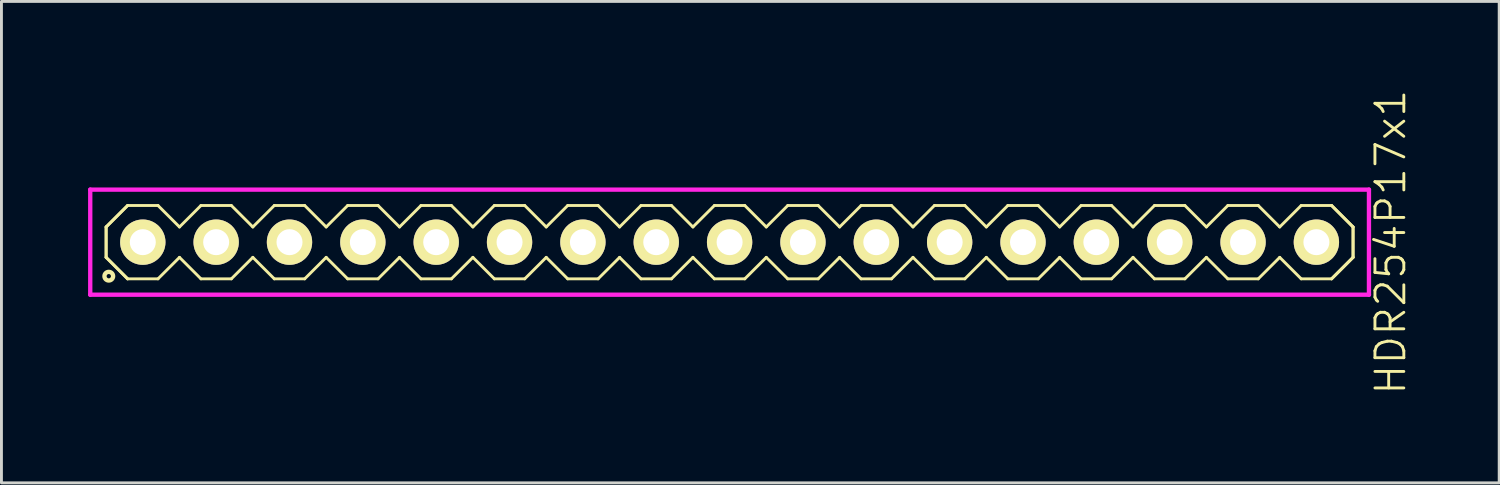
<source format=kicad_pcb>
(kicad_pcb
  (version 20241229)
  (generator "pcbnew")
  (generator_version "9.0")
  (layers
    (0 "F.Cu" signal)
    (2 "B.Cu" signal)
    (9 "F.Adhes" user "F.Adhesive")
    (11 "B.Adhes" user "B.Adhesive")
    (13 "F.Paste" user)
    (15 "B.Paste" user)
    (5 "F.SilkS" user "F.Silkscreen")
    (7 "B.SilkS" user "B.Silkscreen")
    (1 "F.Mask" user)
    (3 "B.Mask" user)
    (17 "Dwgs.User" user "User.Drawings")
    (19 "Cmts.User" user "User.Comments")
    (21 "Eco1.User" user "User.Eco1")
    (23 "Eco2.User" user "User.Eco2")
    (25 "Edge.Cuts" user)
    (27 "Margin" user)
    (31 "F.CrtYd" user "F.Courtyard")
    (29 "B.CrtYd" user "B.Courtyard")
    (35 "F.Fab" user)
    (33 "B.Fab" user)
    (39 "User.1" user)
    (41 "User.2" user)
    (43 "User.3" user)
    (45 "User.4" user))
  (footprint "HDR254P17x1"
    (layer "F.Cu")
    (at 22.215 5.336)
    (property "Reference" "HDR254P17x1" (at 22.89 0 90) (layer "F.SilkS") (effects (font (size 1 1) (thickness 0.1))))
    (attr through_hole)
    (fp_line (start -21.59 -0.526) (end -20.846 -1.27) (stroke (width 0.1) (type solid)) (layer "F.SilkS"))
    (fp_line (start -21.59 -0.526) (end -20.846 -1.27) (stroke (width 0.1) (type solid)) (layer "F.SilkS"))
    (fp_line (start -21.59 0.526) (end -21.59 -0.526) (stroke (width 0.1) (type solid)) (layer "F.SilkS"))
    (fp_line (start -21.59 0.526) (end -21.59 -0.526) (stroke (width 0.1) (type solid)) (layer "F.SilkS"))
    (fp_line (start -20.846 -1.27) (end -19.794 -1.27) (stroke (width 0.1) (type solid)) (layer "F.SilkS"))
    (fp_line (start -20.846 1.27) (end -21.59 0.526) (stroke (width 0.1) (type solid)) (layer "F.SilkS"))
    (fp_line (start -20.846 1.27) (end -21.59 0.526) (stroke (width 0.1) (type solid)) (layer "F.SilkS"))
    (fp_line (start -19.794 -1.27) (end -19.05 -0.526) (stroke (width 0.1) (type solid)) (layer "F.SilkS"))
    (fp_line (start -19.794 1.27) (end -20.846 1.27) (stroke (width 0.1) (type solid)) (layer "F.SilkS"))
    (fp_line (start -19.05 -0.526) (end -18.306 -1.27) (stroke (width 0.1) (type solid)) (layer "F.SilkS"))
    (fp_line (start -19.05 0.526) (end -19.794 1.27) (stroke (width 0.1) (type solid)) (layer "F.SilkS"))
    (fp_line (start -18.306 -1.27) (end -17.254 -1.27) (stroke (width 0.1) (type solid)) (layer "F.SilkS"))
    (fp_line (start -18.306 1.27) (end -19.05 0.526) (stroke (width 0.1) (type solid)) (layer "F.SilkS"))
    (fp_line (start -17.254 -1.27) (end -16.51 -0.526) (stroke (width 0.1) (type solid)) (layer "F.SilkS"))
    (fp_line (start -17.254 1.27) (end -18.306 1.27) (stroke (width 0.1) (type solid)) (layer "F.SilkS"))
    (fp_line (start -16.51 -0.526) (end -15.766 -1.27) (stroke (width 0.1) (type solid)) (layer "F.SilkS"))
    (fp_line (start -16.51 0.526) (end -17.254 1.27) (stroke (width 0.1) (type solid)) (layer "F.SilkS"))
    (fp_line (start -15.766 -1.27) (end -14.714 -1.27) (stroke (width 0.1) (type solid)) (layer "F.SilkS"))
    (fp_line (start -15.766 1.27) (end -16.51 0.526) (stroke (width 0.1) (type solid)) (layer "F.SilkS"))
    (fp_line (start -14.714 -1.27) (end -13.97 -0.526) (stroke (width 0.1) (type solid)) (layer "F.SilkS"))
    (fp_line (start -14.714 1.27) (end -15.766 1.27) (stroke (width 0.1) (type solid)) (layer "F.SilkS"))
    (fp_line (start -13.97 -0.526) (end -13.226 -1.27) (stroke (width 0.1) (type solid)) (layer "F.SilkS"))
    (fp_line (start -13.97 0.526) (end -14.714 1.27) (stroke (width 0.1) (type solid)) (layer "F.SilkS"))
    (fp_line (start -13.226 -1.27) (end -12.174 -1.27) (stroke (width 0.1) (type solid)) (layer "F.SilkS"))
    (fp_line (start -13.226 1.27) (end -13.97 0.526) (stroke (width 0.1) (type solid)) (layer "F.SilkS"))
    (fp_line (start -12.174 -1.27) (end -11.43 -0.526) (stroke (width 0.1) (type solid)) (layer "F.SilkS"))
    (fp_line (start -12.174 1.27) (end -13.226 1.27) (stroke (width 0.1) (type solid)) (layer "F.SilkS"))
    (fp_line (start -11.43 -0.526) (end -10.686 -1.27) (stroke (width 0.1) (type solid)) (layer "F.SilkS"))
    (fp_line (start -11.43 0.526) (end -12.174 1.27) (stroke (width 0.1) (type solid)) (layer "F.SilkS"))
    (fp_line (start -10.686 -1.27) (end -9.634 -1.27) (stroke (width 0.1) (type solid)) (layer "F.SilkS"))
    (fp_line (start -10.686 1.27) (end -11.43 0.526) (stroke (width 0.1) (type solid)) (layer "F.SilkS"))
    (fp_line (start -9.634 -1.27) (end -8.89 -0.526) (stroke (width 0.1) (type solid)) (layer "F.SilkS"))
    (fp_line (start -9.634 1.27) (end -10.686 1.27) (stroke (width 0.1) (type solid)) (layer "F.SilkS"))
    (fp_line (start -8.89 -0.526) (end -8.146 -1.27) (stroke (width 0.1) (type solid)) (layer "F.SilkS"))
    (fp_line (start -8.89 0.526) (end -9.634 1.27) (stroke (width 0.1) (type solid)) (layer "F.SilkS"))
    (fp_line (start -8.146 -1.27) (end -7.094 -1.27) (stroke (width 0.1) (type solid)) (layer "F.SilkS"))
    (fp_line (start -8.146 1.27) (end -8.89 0.526) (stroke (width 0.1) (type solid)) (layer "F.SilkS"))
    (fp_line (start -7.094 -1.27) (end -6.35 -0.526) (stroke (width 0.1) (type solid)) (layer "F.SilkS"))
    (fp_line (start -7.094 1.27) (end -8.146 1.27) (stroke (width 0.1) (type solid)) (layer "F.SilkS"))
    (fp_line (start -6.35 -0.526) (end -5.606 -1.27) (stroke (width 0.1) (type solid)) (layer "F.SilkS"))
    (fp_line (start -6.35 0.526) (end -7.094 1.27) (stroke (width 0.1) (type solid)) (layer "F.SilkS"))
    (fp_line (start -5.606 -1.27) (end -4.554 -1.27) (stroke (width 0.1) (type solid)) (layer "F.SilkS"))
    (fp_line (start -5.606 1.27) (end -6.35 0.526) (stroke (width 0.1) (type solid)) (layer "F.SilkS"))
    (fp_line (start -4.554 -1.27) (end -3.81 -0.526) (stroke (width 0.1) (type solid)) (layer "F.SilkS"))
    (fp_line (start -4.554 1.27) (end -5.606 1.27) (stroke (width 0.1) (type solid)) (layer "F.SilkS"))
    (fp_line (start -3.81 -0.526) (end -3.066 -1.27) (stroke (width 0.1) (type solid)) (layer "F.SilkS"))
    (fp_line (start -3.81 0.526) (end -4.554 1.27) (stroke (width 0.1) (type solid)) (layer "F.SilkS"))
    (fp_line (start -3.066 -1.27) (end -2.014 -1.27) (stroke (width 0.1) (type solid)) (layer "F.SilkS"))
    (fp_line (start -3.066 1.27) (end -3.81 0.526) (stroke (width 0.1) (type solid)) (layer "F.SilkS"))
    (fp_line (start -2.014 -1.27) (end -1.27 -0.526) (stroke (width 0.1) (type solid)) (layer "F.SilkS"))
    (fp_line (start -2.014 1.27) (end -3.066 1.27) (stroke (width 0.1) (type solid)) (layer "F.SilkS"))
    (fp_line (start -1.27 -0.526) (end -0.526 -1.27) (stroke (width 0.1) (type solid)) (layer "F.SilkS"))
    (fp_line (start -1.27 0.526) (end -2.014 1.27) (stroke (width 0.1) (type solid)) (layer "F.SilkS"))
    (fp_line (start -0.526 -1.27) (end 0.526 -1.27) (stroke (width 0.1) (type solid)) (layer "F.SilkS"))
    (fp_line (start -0.526 1.27) (end -1.27 0.526) (stroke (width 0.1) (type solid)) (layer "F.SilkS"))
    (fp_line (start 0.526 -1.27) (end 1.27 -0.526) (stroke (width 0.1) (type solid)) (layer "F.SilkS"))
    (fp_line (start 0.526 1.27) (end -0.526 1.27) (stroke (width 0.1) (type solid)) (layer "F.SilkS"))
    (fp_line (start 1.27 -0.526) (end 2.014 -1.27) (stroke (width 0.1) (type solid)) (layer "F.SilkS"))
    (fp_line (start 1.27 0.526) (end 0.526 1.27) (stroke (width 0.1) (type solid)) (layer "F.SilkS"))
    (fp_line (start 2.014 -1.27) (end 3.066 -1.27) (stroke (width 0.1) (type solid)) (layer "F.SilkS"))
    (fp_line (start 2.014 1.27) (end 1.27 0.526) (stroke (width 0.1) (type solid)) (layer "F.SilkS"))
    (fp_line (start 3.066 -1.27) (end 3.81 -0.526) (stroke (width 0.1) (type solid)) (layer "F.SilkS"))
    (fp_line (start 3.066 1.27) (end 2.014 1.27) (stroke (width 0.1) (type solid)) (layer "F.SilkS"))
    (fp_line (start 3.81 -0.526) (end 4.554 -1.27) (stroke (width 0.1) (type solid)) (layer "F.SilkS"))
    (fp_line (start 3.81 0.526) (end 3.066 1.27) (stroke (width 0.1) (type solid)) (layer "F.SilkS"))
    (fp_line (start 4.554 -1.27) (end 5.606 -1.27) (stroke (width 0.1) (type solid)) (layer "F.SilkS"))
    (fp_line (start 4.554 1.27) (end 3.81 0.526) (stroke (width 0.1) (type solid)) (layer "F.SilkS"))
    (fp_line (start 5.606 -1.27) (end 6.35 -0.526) (stroke (width 0.1) (type solid)) (layer "F.SilkS"))
    (fp_line (start 5.606 1.27) (end 4.554 1.27) (stroke (width 0.1) (type solid)) (layer "F.SilkS"))
    (fp_line (start 6.35 -0.526) (end 7.094 -1.27) (stroke (width 0.1) (type solid)) (layer "F.SilkS"))
    (fp_line (start 6.35 0.526) (end 5.606 1.27) (stroke (width 0.1) (type solid)) (layer "F.SilkS"))
    (fp_line (start 7.094 -1.27) (end 8.146 -1.27) (stroke (width 0.1) (type solid)) (layer "F.SilkS"))
    (fp_line (start 7.094 1.27) (end 6.35 0.526) (stroke (width 0.1) (type solid)) (layer "F.SilkS"))
    (fp_line (start 8.146 -1.27) (end 8.89 -0.526) (stroke (width 0.1) (type solid)) (layer "F.SilkS"))
    (fp_line (start 8.146 1.27) (end 7.094 1.27) (stroke (width 0.1) (type solid)) (layer "F.SilkS"))
    (fp_line (start 8.89 -0.526) (end 9.634 -1.27) (stroke (width 0.1) (type solid)) (layer "F.SilkS"))
    (fp_line (start 8.89 0.526) (end 8.146 1.27) (stroke (width 0.1) (type solid)) (layer "F.SilkS"))
    (fp_line (start 9.634 -1.27) (end 10.686 -1.27) (stroke (width 0.1) (type solid)) (layer "F.SilkS"))
    (fp_line (start 9.634 1.27) (end 8.89 0.526) (stroke (width 0.1) (type solid)) (layer "F.SilkS"))
    (fp_line (start 10.686 -1.27) (end 11.43 -0.526) (stroke (width 0.1) (type solid)) (layer "F.SilkS"))
    (fp_line (start 10.686 1.27) (end 9.634 1.27) (stroke (width 0.1) (type solid)) (layer "F.SilkS"))
    (fp_line (start 11.43 -0.526) (end 12.174 -1.27) (stroke (width 0.1) (type solid)) (layer "F.SilkS"))
    (fp_line (start 11.43 0.526) (end 10.686 1.27) (stroke (width 0.1) (type solid)) (layer "F.SilkS"))
    (fp_line (start 12.174 -1.27) (end 13.226 -1.27) (stroke (width 0.1) (type solid)) (layer "F.SilkS"))
    (fp_line (start 12.174 1.27) (end 11.43 0.526) (stroke (width 0.1) (type solid)) (layer "F.SilkS"))
    (fp_line (start 13.226 -1.27) (end 13.97 -0.526) (stroke (width 0.1) (type solid)) (layer "F.SilkS"))
    (fp_line (start 13.226 1.27) (end 12.174 1.27) (stroke (width 0.1) (type solid)) (layer "F.SilkS"))
    (fp_line (start 13.97 -0.526) (end 14.714 -1.27) (stroke (width 0.1) (type solid)) (layer "F.SilkS"))
    (fp_line (start 13.97 0.526) (end 13.226 1.27) (stroke (width 0.1) (type solid)) (layer "F.SilkS"))
    (fp_line (start 14.714 -1.27) (end 15.766 -1.27) (stroke (width 0.1) (type solid)) (layer "F.SilkS"))
    (fp_line (start 14.714 1.27) (end 13.97 0.526) (stroke (width 0.1) (type solid)) (layer "F.SilkS"))
    (fp_line (start 15.766 -1.27) (end 16.51 -0.526) (stroke (width 0.1) (type solid)) (layer "F.SilkS"))
    (fp_line (start 15.766 1.27) (end 14.714 1.27) (stroke (width 0.1) (type solid)) (layer "F.SilkS"))
    (fp_line (start 16.51 -0.526) (end 17.254 -1.27) (stroke (width 0.1) (type solid)) (layer "F.SilkS"))
    (fp_line (start 16.51 0.526) (end 15.766 1.27) (stroke (width 0.1) (type solid)) (layer "F.SilkS"))
    (fp_line (start 17.254 -1.27) (end 18.306 -1.27) (stroke (width 0.1) (type solid)) (layer "F.SilkS"))
    (fp_line (start 17.254 1.27) (end 16.51 0.526) (stroke (width 0.1) (type solid)) (layer "F.SilkS"))
    (fp_line (start 18.306 -1.27) (end 19.05 -0.526) (stroke (width 0.1) (type solid)) (layer "F.SilkS"))
    (fp_line (start 18.306 1.27) (end 17.254 1.27) (stroke (width 0.1) (type solid)) (layer "F.SilkS"))
    (fp_line (start 19.05 -0.526) (end 19.794 -1.27) (stroke (width 0.1) (type solid)) (layer "F.SilkS"))
    (fp_line (start 19.05 0.526) (end 18.306 1.27) (stroke (width 0.1) (type solid)) (layer "F.SilkS"))
    (fp_line (start 19.794 -1.27) (end 20.846 -1.27) (stroke (width 0.1) (type solid)) (layer "F.SilkS"))
    (fp_line (start 19.794 1.27) (end 19.05 0.526) (stroke (width 0.1) (type solid)) (layer "F.SilkS"))
    (fp_line (start 20.846 -1.27) (end 21.59 -0.526) (stroke (width 0.1) (type solid)) (layer "F.SilkS"))
    (fp_line (start 20.846 -1.27) (end 21.59 -0.526) (stroke (width 0.1) (type solid)) (layer "F.SilkS"))
    (fp_line (start 20.846 1.27) (end 19.794 1.27) (stroke (width 0.1) (type solid)) (layer "F.SilkS"))
    (fp_line (start 21.59 -0.526) (end 21.59 0.526) (stroke (width 0.1) (type solid)) (layer "F.SilkS"))
    (fp_line (start 21.59 -0.526) (end 21.59 0.526) (stroke (width 0.1) (type solid)) (layer "F.SilkS"))
    (fp_line (start 21.59 0.526) (end 20.846 1.27) (stroke (width 0.1) (type solid)) (layer "F.SilkS"))
    (fp_line (start 21.59 0.526) (end 20.846 1.27) (stroke (width 0.1) (type solid)) (layer "F.SilkS"))
    (fp_circle (center -21.498 1.178) (end -21.348 1.178) (stroke (width 0.15) (type solid)) (fill no) (layer "F.SilkS"))
    (fp_line (start -22.14 -1.82) (end -22.14 1.82) (stroke (width 0.15) (type solid)) (layer "F.CrtYd"))
    (fp_line (start -22.14 1.82) (end 22.14 1.82) (stroke (width 0.15) (type solid)) (layer "F.CrtYd"))
    (fp_line (start 22.14 -1.82) (end -22.14 -1.82) (stroke (width 0.15) (type solid)) (layer "F.CrtYd"))
    (fp_line (start 22.14 1.82) (end 22.14 -1.82) (stroke (width 0.15) (type solid)) (layer "F.CrtYd"))
    (pad "1" thru_hole oval (at -20.32 0) (size 1.57 1.57) (drill 0.9) (layers "*.Cu" "*.Mask" "F.SilkS"))
    (pad "2" thru_hole oval (at -17.78 0) (size 1.57 1.57) (drill 0.9) (layers "*.Cu" "*.Mask" "F.SilkS"))
    (pad "3" thru_hole oval (at -15.24 0) (size 1.57 1.57) (drill 0.9) (layers "*.Cu" "*.Mask" "F.SilkS"))
    (pad "4" thru_hole oval (at -12.7 0) (size 1.57 1.57) (drill 0.9) (layers "*.Cu" "*.Mask" "F.SilkS"))
    (pad "5" thru_hole oval (at -10.16 0) (size 1.57 1.57) (drill 0.9) (layers "*.Cu" "*.Mask" "F.SilkS"))
    (pad "6" thru_hole oval (at -7.62 0) (size 1.57 1.57) (drill 0.9) (layers "*.Cu" "*.Mask" "F.SilkS"))
    (pad "7" thru_hole oval (at -5.08 0) (size 1.57 1.57) (drill 0.9) (layers "*.Cu" "*.Mask" "F.SilkS"))
    (pad "8" thru_hole oval (at -2.54 0) (size 1.57 1.57) (drill 0.9) (layers "*.Cu" "*.Mask" "F.SilkS"))
    (pad "9" thru_hole oval (at 0 0) (size 1.57 1.57) (drill 0.9) (layers "*.Cu" "*.Mask" "F.SilkS"))
    (pad "10" thru_hole oval (at 2.54 0) (size 1.57 1.57) (drill 0.9) (layers "*.Cu" "*.Mask" "F.SilkS"))
    (pad "11" thru_hole oval (at 5.08 0) (size 1.57 1.57) (drill 0.9) (layers "*.Cu" "*.Mask" "F.SilkS"))
    (pad "12" thru_hole oval (at 7.62 0) (size 1.57 1.57) (drill 0.9) (layers "*.Cu" "*.Mask" "F.SilkS"))
    (pad "13" thru_hole oval (at 10.16 0) (size 1.57 1.57) (drill 0.9) (layers "*.Cu" "*.Mask" "F.SilkS"))
    (pad "14" thru_hole oval (at 12.7 0) (size 1.57 1.57) (drill 0.9) (layers "*.Cu" "*.Mask" "F.SilkS"))
    (pad "15" thru_hole oval (at 15.24 0) (size 1.57 1.57) (drill 0.9) (layers "*.Cu" "*.Mask" "F.SilkS"))
    (pad "16" thru_hole oval (at 17.78 0) (size 1.57 1.57) (drill 0.9) (layers "*.Cu" "*.Mask" "F.SilkS"))
    (pad "17" thru_hole oval (at 20.32 0) (size 1.57 1.57) (drill 0.9) (layers "*.Cu" "*.Mask" "F.SilkS")))
  (gr_rect
    (start -3 -3)
    (end 48.865 13.671)
    (stroke (width 0.1) (type default))
    (fill no)
    (layer "Edge.Cuts")))
</source>
